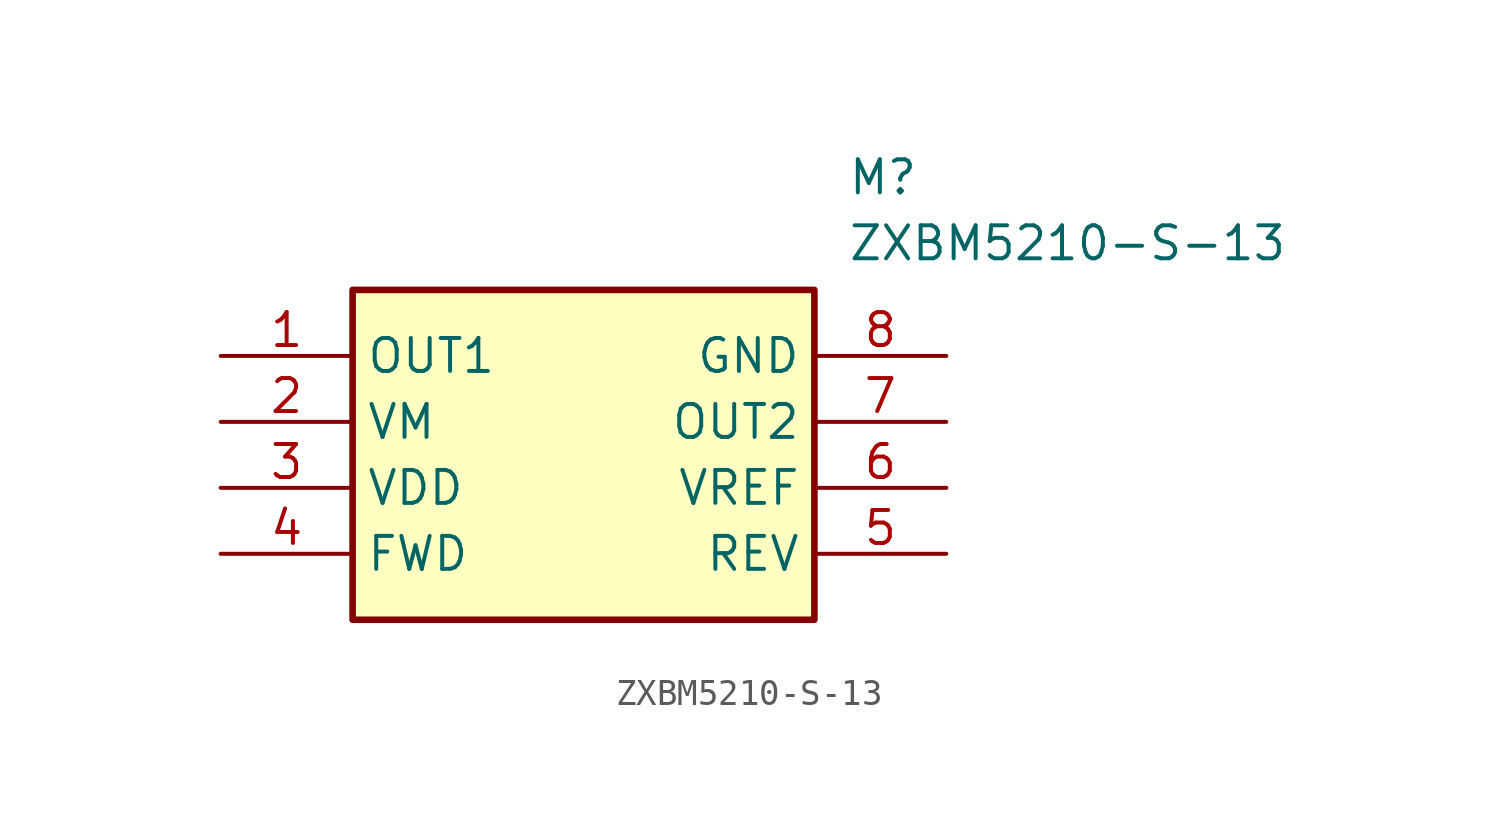
<source format=kicad_sym>
(kicad_symbol_lib
  (version 20241209)
  (generator "kicad_symbol_editor")
  (generator_version "9.0")
  (symbol "ZXBM5210-S-13"
    (property "Reference" "M"
      (at 24.13 7.62 0)
      (effects (font (size 1.27 1.27)) (justify left top)))
    (property "Value" "ZXBM5210-S-13"
      (at 24.13 5.08 0)
      (effects (font (size 1.27 1.27)) (justify left top)))
    (symbol "ZXBM5210-S-13_1_1"
      (rectangle (start 5.08 2.54) (end 22.86 -10.16) (stroke (width 0.254) (type default)) (fill (type background)))
      (pin output line (at 0 0 0) (length 5.08) (name "OUT1" (effects (font (size 1.27 1.27)))) (number "1" (effects (font (size 1.27 1.27)))))
      (pin power_in line (at 0 -2.54 0) (length 5.08) (name "VM" (effects (font (size 1.27 1.27)))) (number "2" (effects (font (size 1.27 1.27)))))
      (pin power_in line (at 0 -5.08 0) (length 5.08) (name "VDD" (effects (font (size 1.27 1.27)))) (number "3" (effects (font (size 1.27 1.27)))))
      (pin input line (at 0 -7.62 0) (length 5.08) (name "FWD" (effects (font (size 1.27 1.27)))) (number "4" (effects (font (size 1.27 1.27)))))
      (pin power_in line (at 27.94 0 180) (length 5.08) (name "GND" (effects (font (size 1.27 1.27)))) (number "8" (effects (font (size 1.27 1.27)))))
      (pin output line (at 27.94 -2.54 180) (length 5.08) (name "OUT2" (effects (font (size 1.27 1.27)))) (number "7" (effects (font (size 1.27 1.27)))))
      (pin input line (at 27.94 -5.08 180) (length 5.08) (name "VREF" (effects (font (size 1.27 1.27)))) (number "6" (effects (font (size 1.27 1.27)))))
      (pin input line (at 27.94 -7.62 180) (length 5.08) (name "REV" (effects (font (size 1.27 1.27)))) (number "5" (effects (font (size 1.27 1.27))))))))
</source>
